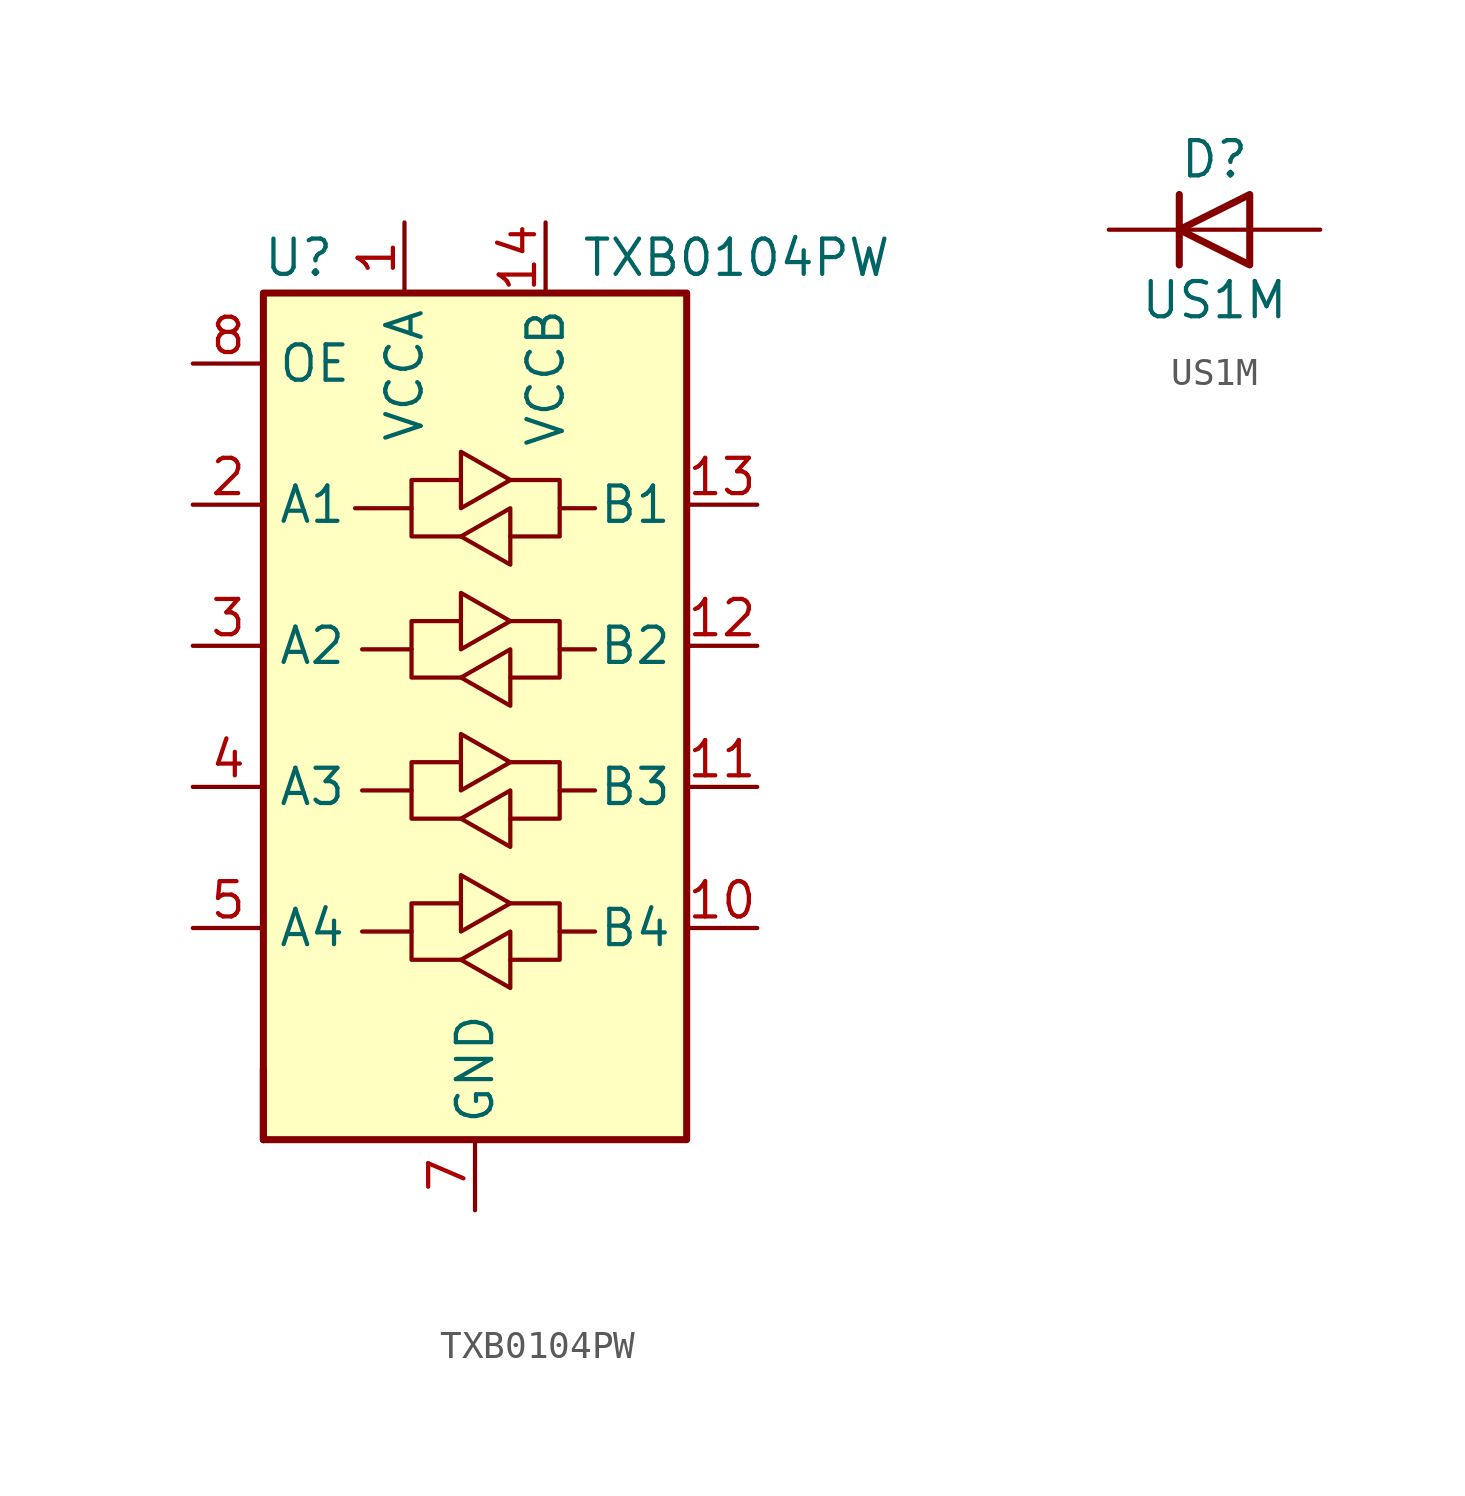
<source format=kicad_sym>
(kicad_symbol_lib
  (version 20241209)
  (generator "kicad_symbol_editor")
  (generator_version "9.0")
  (symbol "TXB0104PW"
    (property "Reference" "U"
      (at -6.35 16.51 0)
      (effects (font (size 1.27 1.27))))
    (property "Value" "TXB0104PW"
      (at 3.81 16.51 0)
      (effects (font (size 1.27 1.27)) (justify left)))
    (symbol "TXB0104PW_0_1"
      (rectangle (start -7.62 15.24) (end 7.62 -15.24) (stroke (width 0.254) (type default)) (fill (type background)))
      (rectangle (start -7.62 -15.24) (end -7.62 -12.7) (stroke (width 0.254) (type default)) (fill (type none)))
      (polyline (pts (xy -2.286 7.493) (xy -2.286 8.509) (xy -0.508 8.509)) (stroke (width 0) (type default)) (fill (type none)))
      (polyline (pts (xy -2.286 2.413) (xy -2.286 3.429) (xy -0.508 3.429)) (stroke (width 0) (type default)) (fill (type none)))
      (polyline (pts (xy -2.286 -2.667) (xy -2.286 -1.651) (xy -0.508 -1.651)) (stroke (width 0) (type default)) (fill (type none)))
      (polyline (pts (xy -2.286 -7.747) (xy -2.286 -6.731) (xy -0.508 -6.731)) (stroke (width 0) (type default)) (fill (type none)))
      (polyline (pts (xy -0.508 6.477) (xy -2.286 6.477) (xy -2.286 7.493) (xy -4.318 7.493)) (stroke (width 0) (type default)) (fill (type none)))
      (polyline (pts (xy -0.508 6.477) (xy 1.27 7.493) (xy 1.27 5.461) (xy -0.508 6.477)) (stroke (width 0) (type default)) (fill (type none)))
      (polyline (pts (xy -0.508 1.397) (xy -2.286 1.397) (xy -2.286 2.413) (xy -4.064 2.413)) (stroke (width 0) (type default)) (fill (type none)))
      (polyline (pts (xy -0.508 1.397) (xy 1.27 2.413) (xy 1.27 0.381) (xy -0.508 1.397)) (stroke (width 0) (type default)) (fill (type none)))
      (polyline (pts (xy -0.508 -3.683) (xy -2.286 -3.683) (xy -2.286 -2.667) (xy -4.064 -2.667)) (stroke (width 0) (type default)) (fill (type none)))
      (polyline (pts (xy -0.508 -3.683) (xy 1.27 -2.667) (xy 1.27 -4.699) (xy -0.508 -3.683)) (stroke (width 0) (type default)) (fill (type none)))
      (polyline (pts (xy -0.508 -8.763) (xy -2.286 -8.763) (xy -2.286 -7.747) (xy -4.064 -7.747)) (stroke (width 0) (type default)) (fill (type none)))
      (polyline (pts (xy -0.508 -8.763) (xy 1.27 -7.747) (xy 1.27 -9.779) (xy -0.508 -8.763)) (stroke (width 0) (type default)) (fill (type none)))
      (polyline (pts (xy 1.27 8.509) (xy -0.508 7.493) (xy -0.508 9.525) (xy 1.27 8.509)) (stroke (width 0) (type default)) (fill (type none)))
      (polyline (pts (xy 1.27 8.509) (xy 3.048 8.509) (xy 3.048 7.493) (xy 4.318 7.493)) (stroke (width 0) (type default)) (fill (type none)))
      (polyline (pts (xy 1.27 3.429) (xy -0.508 2.413) (xy -0.508 4.445) (xy 1.27 3.429)) (stroke (width 0) (type default)) (fill (type none)))
      (polyline (pts (xy 1.27 3.429) (xy 3.048 3.429) (xy 3.048 2.413) (xy 4.318 2.413)) (stroke (width 0) (type default)) (fill (type none)))
      (polyline (pts (xy 1.27 -1.651) (xy -0.508 -2.667) (xy -0.508 -0.635) (xy 1.27 -1.651)) (stroke (width 0) (type default)) (fill (type none)))
      (polyline (pts (xy 1.27 -1.651) (xy 3.048 -1.651) (xy 3.048 -2.667) (xy 4.318 -2.667)) (stroke (width 0) (type default)) (fill (type none)))
      (polyline (pts (xy 1.27 -6.731) (xy -0.508 -7.747) (xy -0.508 -5.715) (xy 1.27 -6.731)) (stroke (width 0) (type default)) (fill (type none)))
      (polyline (pts (xy 1.27 -6.731) (xy 3.048 -6.731) (xy 3.048 -7.747) (xy 4.318 -7.747)) (stroke (width 0) (type default)) (fill (type none)))
      (polyline (pts (xy 3.048 7.493) (xy 3.048 6.477) (xy 1.27 6.477)) (stroke (width 0) (type default)) (fill (type none)))
      (polyline (pts (xy 3.048 2.413) (xy 3.048 1.397) (xy 1.27 1.397)) (stroke (width 0) (type default)) (fill (type none)))
      (polyline (pts (xy 3.048 -2.667) (xy 3.048 -3.683) (xy 1.27 -3.683)) (stroke (width 0) (type default)) (fill (type none)))
      (polyline (pts (xy 3.048 -7.747) (xy 3.048 -8.763) (xy 1.27 -8.763)) (stroke (width 0) (type default)) (fill (type none))))
    (symbol "TXB0104PW_1_1"
      (pin input line (at -10.16 12.7 0) (length 2.54) (name "OE" (effects (font (size 1.27 1.27)))) (number "8" (effects (font (size 1.27 1.27)))))
      (pin bidirectional line (at -10.16 7.62 0) (length 2.54) (name "A1" (effects (font (size 1.27 1.27)))) (number "2" (effects (font (size 1.27 1.27)))))
      (pin bidirectional line (at -10.16 2.54 0) (length 2.54) (name "A2" (effects (font (size 1.27 1.27)))) (number "3" (effects (font (size 1.27 1.27)))))
      (pin bidirectional line (at -10.16 -2.54 0) (length 2.54) (name "A3" (effects (font (size 1.27 1.27)))) (number "4" (effects (font (size 1.27 1.27)))))
      (pin bidirectional line (at -10.16 -7.62 0) (length 2.54) (name "A4" (effects (font (size 1.27 1.27)))) (number "5" (effects (font (size 1.27 1.27)))))
      (pin no_connect line (at -7.62 -12.7 0) (length 2.54) (hide yes) (name "NC" (effects (font (size 1.27 1.27)))) (number "6" (effects (font (size 1.27 1.27)))))
      (pin power_in line (at -2.54 17.78 270) (length 2.54) (name "VCCA" (effects (font (size 1.27 1.27)))) (number "1" (effects (font (size 1.27 1.27)))))
      (pin power_in line (at 0 -17.78 90) (length 2.54) (name "GND" (effects (font (size 1.27 1.27)))) (number "7" (effects (font (size 1.27 1.27)))))
      (pin power_in line (at 2.54 17.78 270) (length 2.54) (name "VCCB" (effects (font (size 1.27 1.27)))) (number "14" (effects (font (size 1.27 1.27)))))
      (pin no_connect line (at 7.62 -12.7 180) (length 2.54) (hide yes) (name "NC" (effects (font (size 1.27 1.27)))) (number "9" (effects (font (size 1.27 1.27)))))
      (pin bidirectional line (at 10.16 7.62 180) (length 2.54) (name "B1" (effects (font (size 1.27 1.27)))) (number "13" (effects (font (size 1.27 1.27)))))
      (pin bidirectional line (at 10.16 2.54 180) (length 2.54) (name "B2" (effects (font (size 1.27 1.27)))) (number "12" (effects (font (size 1.27 1.27)))))
      (pin bidirectional line (at 10.16 -2.54 180) (length 2.54) (name "B3" (effects (font (size 1.27 1.27)))) (number "11" (effects (font (size 1.27 1.27)))))
      (pin bidirectional line (at 10.16 -7.62 180) (length 2.54) (name "B4" (effects (font (size 1.27 1.27)))) (number "10" (effects (font (size 1.27 1.27)))))))
  (symbol "US1M"
    (pin_numbers
      (hide yes))
    (pin_names
      (hide yes))
    (property "Reference" "D"
      (at 0 2.54 0)
      (effects (font (size 1.27 1.27))))
    (property "Value" "US1M"
      (at 0 -2.54 0)
      (effects (font (size 1.27 1.27))))
    (symbol "US1M_0_1"
      (polyline (pts (xy -1.27 1.27) (xy -1.27 -1.27)) (stroke (width 0.254) (type default)) (fill (type none)))
      (polyline (pts (xy 1.27 1.27) (xy 1.27 -1.27) (xy -1.27 0) (xy 1.27 1.27)) (stroke (width 0.254) (type default)) (fill (type none)))
      (polyline (pts (xy 1.27 0) (xy -1.27 0)) (stroke (width 0) (type default)) (fill (type none))))
    (symbol "US1M_1_1"
      (pin passive line (at -3.81 0 0) (length 2.54) (name "K" (effects (font (size 1.27 1.27)))) (number "1" (effects (font (size 1.27 1.27)))))
      (pin passive line (at 3.81 0 180) (length 2.54) (name "A" (effects (font (size 1.27 1.27)))) (number "2" (effects (font (size 1.27 1.27))))))))
</source>
